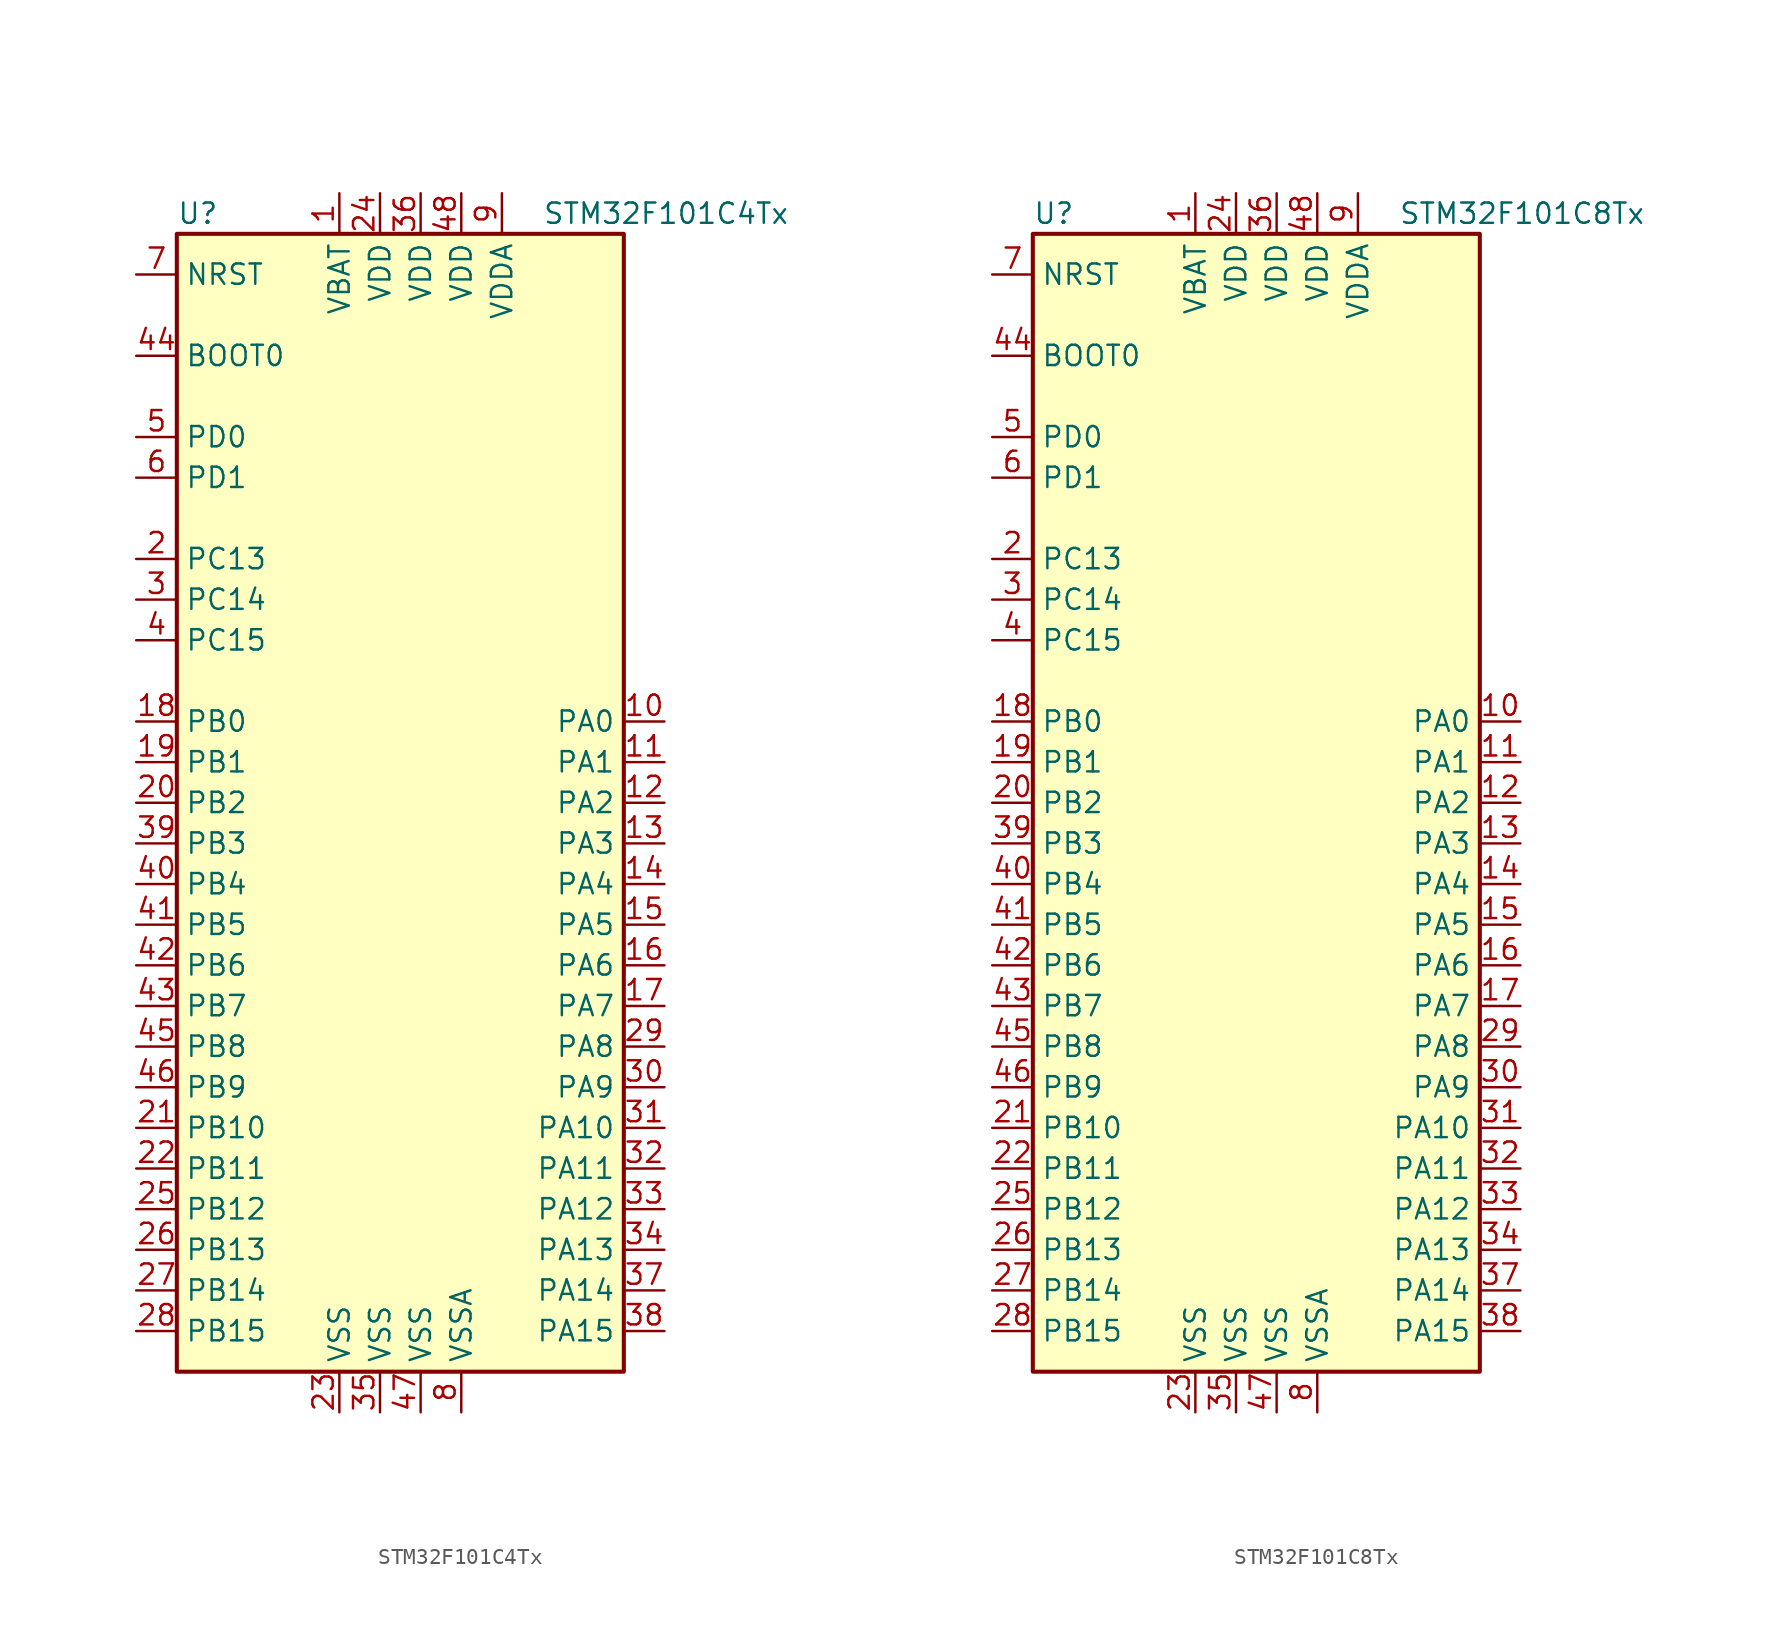
<source format=kicad_sym>
(kicad_symbol_lib
  (version 20201005)
  (generator kicad_symbol_editor)
  (symbol "STM32F101C4Tx"
    (property "Reference" "U"
      (at -15.24 36.83 0)
      (effects (font (size 1.27 1.27)) (justify left)))
    (property "Value" "STM32F101C4Tx"
      (at 7.62 36.83 0)
      (effects (font (size 1.27 1.27)) (justify left)))
    (symbol "STM32F101C4Tx_0_1"
      (rectangle (start -15.24 -35.56) (end 12.7 35.56) (stroke (width 0.254)) (fill (type background))))
    (symbol "STM32F101C4Tx_1_1"
      (pin power_in line (at -5.08 38.1 270) (length 2.54) (name "VBAT" (effects (font (size 1.27 1.27)))) (number "1" (effects (font (size 1.27 1.27)))))
      (pin bidirectional line (at 15.24 5.08 180) (length 2.54) (name "PA0" (effects (font (size 1.27 1.27)))) (number "10" (effects (font (size 1.27 1.27)))))
      (pin bidirectional line (at 15.24 2.54 180) (length 2.54) (name "PA1" (effects (font (size 1.27 1.27)))) (number "11" (effects (font (size 1.27 1.27)))))
      (pin bidirectional line (at 15.24 0 180) (length 2.54) (name "PA2" (effects (font (size 1.27 1.27)))) (number "12" (effects (font (size 1.27 1.27)))))
      (pin bidirectional line (at 15.24 -2.54 180) (length 2.54) (name "PA3" (effects (font (size 1.27 1.27)))) (number "13" (effects (font (size 1.27 1.27)))))
      (pin bidirectional line (at 15.24 -5.08 180) (length 2.54) (name "PA4" (effects (font (size 1.27 1.27)))) (number "14" (effects (font (size 1.27 1.27)))))
      (pin bidirectional line (at 15.24 -7.62 180) (length 2.54) (name "PA5" (effects (font (size 1.27 1.27)))) (number "15" (effects (font (size 1.27 1.27)))))
      (pin bidirectional line (at 15.24 -10.16 180) (length 2.54) (name "PA6" (effects (font (size 1.27 1.27)))) (number "16" (effects (font (size 1.27 1.27)))))
      (pin bidirectional line (at 15.24 -12.7 180) (length 2.54) (name "PA7" (effects (font (size 1.27 1.27)))) (number "17" (effects (font (size 1.27 1.27)))))
      (pin bidirectional line (at -17.78 5.08 0) (length 2.54) (name "PB0" (effects (font (size 1.27 1.27)))) (number "18" (effects (font (size 1.27 1.27)))))
      (pin bidirectional line (at -17.78 2.54 0) (length 2.54) (name "PB1" (effects (font (size 1.27 1.27)))) (number "19" (effects (font (size 1.27 1.27)))))
      (pin bidirectional line (at -17.78 15.24 0) (length 2.54) (name "PC13" (effects (font (size 1.27 1.27)))) (number "2" (effects (font (size 1.27 1.27)))))
      (pin bidirectional line (at -17.78 0 0) (length 2.54) (name "PB2" (effects (font (size 1.27 1.27)))) (number "20" (effects (font (size 1.27 1.27)))))
      (pin bidirectional line (at -17.78 -20.32 0) (length 2.54) (name "PB10" (effects (font (size 1.27 1.27)))) (number "21" (effects (font (size 1.27 1.27)))))
      (pin bidirectional line (at -17.78 -22.86 0) (length 2.54) (name "PB11" (effects (font (size 1.27 1.27)))) (number "22" (effects (font (size 1.27 1.27)))))
      (pin power_in line (at -5.08 -38.1 90) (length 2.54) (name "VSS" (effects (font (size 1.27 1.27)))) (number "23" (effects (font (size 1.27 1.27)))))
      (pin power_in line (at -2.54 38.1 270) (length 2.54) (name "VDD" (effects (font (size 1.27 1.27)))) (number "24" (effects (font (size 1.27 1.27)))))
      (pin bidirectional line (at -17.78 -25.4 0) (length 2.54) (name "PB12" (effects (font (size 1.27 1.27)))) (number "25" (effects (font (size 1.27 1.27)))))
      (pin bidirectional line (at -17.78 -27.94 0) (length 2.54) (name "PB13" (effects (font (size 1.27 1.27)))) (number "26" (effects (font (size 1.27 1.27)))))
      (pin bidirectional line (at -17.78 -30.48 0) (length 2.54) (name "PB14" (effects (font (size 1.27 1.27)))) (number "27" (effects (font (size 1.27 1.27)))))
      (pin bidirectional line (at -17.78 -33.02 0) (length 2.54) (name "PB15" (effects (font (size 1.27 1.27)))) (number "28" (effects (font (size 1.27 1.27)))))
      (pin bidirectional line (at 15.24 -15.24 180) (length 2.54) (name "PA8" (effects (font (size 1.27 1.27)))) (number "29" (effects (font (size 1.27 1.27)))))
      (pin bidirectional line (at -17.78 12.7 0) (length 2.54) (name "PC14" (effects (font (size 1.27 1.27)))) (number "3" (effects (font (size 1.27 1.27)))))
      (pin bidirectional line (at 15.24 -17.78 180) (length 2.54) (name "PA9" (effects (font (size 1.27 1.27)))) (number "30" (effects (font (size 1.27 1.27)))))
      (pin bidirectional line (at 15.24 -20.32 180) (length 2.54) (name "PA10" (effects (font (size 1.27 1.27)))) (number "31" (effects (font (size 1.27 1.27)))))
      (pin bidirectional line (at 15.24 -22.86 180) (length 2.54) (name "PA11" (effects (font (size 1.27 1.27)))) (number "32" (effects (font (size 1.27 1.27)))))
      (pin bidirectional line (at 15.24 -25.4 180) (length 2.54) (name "PA12" (effects (font (size 1.27 1.27)))) (number "33" (effects (font (size 1.27 1.27)))))
      (pin bidirectional line (at 15.24 -27.94 180) (length 2.54) (name "PA13" (effects (font (size 1.27 1.27)))) (number "34" (effects (font (size 1.27 1.27)))))
      (pin power_in line (at -2.54 -38.1 90) (length 2.54) (name "VSS" (effects (font (size 1.27 1.27)))) (number "35" (effects (font (size 1.27 1.27)))))
      (pin power_in line (at 0 38.1 270) (length 2.54) (name "VDD" (effects (font (size 1.27 1.27)))) (number "36" (effects (font (size 1.27 1.27)))))
      (pin bidirectional line (at 15.24 -30.48 180) (length 2.54) (name "PA14" (effects (font (size 1.27 1.27)))) (number "37" (effects (font (size 1.27 1.27)))))
      (pin bidirectional line (at 15.24 -33.02 180) (length 2.54) (name "PA15" (effects (font (size 1.27 1.27)))) (number "38" (effects (font (size 1.27 1.27)))))
      (pin bidirectional line (at -17.78 -2.54 0) (length 2.54) (name "PB3" (effects (font (size 1.27 1.27)))) (number "39" (effects (font (size 1.27 1.27)))))
      (pin bidirectional line (at -17.78 10.16 0) (length 2.54) (name "PC15" (effects (font (size 1.27 1.27)))) (number "4" (effects (font (size 1.27 1.27)))))
      (pin bidirectional line (at -17.78 -5.08 0) (length 2.54) (name "PB4" (effects (font (size 1.27 1.27)))) (number "40" (effects (font (size 1.27 1.27)))))
      (pin bidirectional line (at -17.78 -7.62 0) (length 2.54) (name "PB5" (effects (font (size 1.27 1.27)))) (number "41" (effects (font (size 1.27 1.27)))))
      (pin bidirectional line (at -17.78 -10.16 0) (length 2.54) (name "PB6" (effects (font (size 1.27 1.27)))) (number "42" (effects (font (size 1.27 1.27)))))
      (pin bidirectional line (at -17.78 -12.7 0) (length 2.54) (name "PB7" (effects (font (size 1.27 1.27)))) (number "43" (effects (font (size 1.27 1.27)))))
      (pin input line (at -17.78 27.94 0) (length 2.54) (name "BOOT0" (effects (font (size 1.27 1.27)))) (number "44" (effects (font (size 1.27 1.27)))))
      (pin bidirectional line (at -17.78 -15.24 0) (length 2.54) (name "PB8" (effects (font (size 1.27 1.27)))) (number "45" (effects (font (size 1.27 1.27)))))
      (pin bidirectional line (at -17.78 -17.78 0) (length 2.54) (name "PB9" (effects (font (size 1.27 1.27)))) (number "46" (effects (font (size 1.27 1.27)))))
      (pin power_in line (at 0 -38.1 90) (length 2.54) (name "VSS" (effects (font (size 1.27 1.27)))) (number "47" (effects (font (size 1.27 1.27)))))
      (pin power_in line (at 2.54 38.1 270) (length 2.54) (name "VDD" (effects (font (size 1.27 1.27)))) (number "48" (effects (font (size 1.27 1.27)))))
      (pin input line (at -17.78 22.86 0) (length 2.54) (name "PD0" (effects (font (size 1.27 1.27)))) (number "5" (effects (font (size 1.27 1.27)))))
      (pin input line (at -17.78 20.32 0) (length 2.54) (name "PD1" (effects (font (size 1.27 1.27)))) (number "6" (effects (font (size 1.27 1.27)))))
      (pin input line (at -17.78 33.02 0) (length 2.54) (name "NRST" (effects (font (size 1.27 1.27)))) (number "7" (effects (font (size 1.27 1.27)))))
      (pin power_in line (at 2.54 -38.1 90) (length 2.54) (name "VSSA" (effects (font (size 1.27 1.27)))) (number "8" (effects (font (size 1.27 1.27)))))
      (pin power_in line (at 5.08 38.1 270) (length 2.54) (name "VDDA" (effects (font (size 1.27 1.27)))) (number "9" (effects (font (size 1.27 1.27)))))))
  (symbol "STM32F101C8Tx"
    (property "Reference" "U"
      (at -15.24 36.83 0)
      (effects (font (size 1.27 1.27)) (justify left)))
    (property "Value" "STM32F101C8Tx"
      (at 7.62 36.83 0)
      (effects (font (size 1.27 1.27)) (justify left)))
    (symbol "STM32F101C8Tx_0_1"
      (rectangle (start -15.24 -35.56) (end 12.7 35.56) (stroke (width 0.254)) (fill (type background))))
    (symbol "STM32F101C8Tx_1_1"
      (pin power_in line (at -5.08 38.1 270) (length 2.54) (name "VBAT" (effects (font (size 1.27 1.27)))) (number "1" (effects (font (size 1.27 1.27)))))
      (pin bidirectional line (at 15.24 5.08 180) (length 2.54) (name "PA0" (effects (font (size 1.27 1.27)))) (number "10" (effects (font (size 1.27 1.27)))))
      (pin bidirectional line (at 15.24 2.54 180) (length 2.54) (name "PA1" (effects (font (size 1.27 1.27)))) (number "11" (effects (font (size 1.27 1.27)))))
      (pin bidirectional line (at 15.24 0 180) (length 2.54) (name "PA2" (effects (font (size 1.27 1.27)))) (number "12" (effects (font (size 1.27 1.27)))))
      (pin bidirectional line (at 15.24 -2.54 180) (length 2.54) (name "PA3" (effects (font (size 1.27 1.27)))) (number "13" (effects (font (size 1.27 1.27)))))
      (pin bidirectional line (at 15.24 -5.08 180) (length 2.54) (name "PA4" (effects (font (size 1.27 1.27)))) (number "14" (effects (font (size 1.27 1.27)))))
      (pin bidirectional line (at 15.24 -7.62 180) (length 2.54) (name "PA5" (effects (font (size 1.27 1.27)))) (number "15" (effects (font (size 1.27 1.27)))))
      (pin bidirectional line (at 15.24 -10.16 180) (length 2.54) (name "PA6" (effects (font (size 1.27 1.27)))) (number "16" (effects (font (size 1.27 1.27)))))
      (pin bidirectional line (at 15.24 -12.7 180) (length 2.54) (name "PA7" (effects (font (size 1.27 1.27)))) (number "17" (effects (font (size 1.27 1.27)))))
      (pin bidirectional line (at -17.78 5.08 0) (length 2.54) (name "PB0" (effects (font (size 1.27 1.27)))) (number "18" (effects (font (size 1.27 1.27)))))
      (pin bidirectional line (at -17.78 2.54 0) (length 2.54) (name "PB1" (effects (font (size 1.27 1.27)))) (number "19" (effects (font (size 1.27 1.27)))))
      (pin bidirectional line (at -17.78 15.24 0) (length 2.54) (name "PC13" (effects (font (size 1.27 1.27)))) (number "2" (effects (font (size 1.27 1.27)))))
      (pin bidirectional line (at -17.78 0 0) (length 2.54) (name "PB2" (effects (font (size 1.27 1.27)))) (number "20" (effects (font (size 1.27 1.27)))))
      (pin bidirectional line (at -17.78 -20.32 0) (length 2.54) (name "PB10" (effects (font (size 1.27 1.27)))) (number "21" (effects (font (size 1.27 1.27)))))
      (pin bidirectional line (at -17.78 -22.86 0) (length 2.54) (name "PB11" (effects (font (size 1.27 1.27)))) (number "22" (effects (font (size 1.27 1.27)))))
      (pin power_in line (at -5.08 -38.1 90) (length 2.54) (name "VSS" (effects (font (size 1.27 1.27)))) (number "23" (effects (font (size 1.27 1.27)))))
      (pin power_in line (at -2.54 38.1 270) (length 2.54) (name "VDD" (effects (font (size 1.27 1.27)))) (number "24" (effects (font (size 1.27 1.27)))))
      (pin bidirectional line (at -17.78 -25.4 0) (length 2.54) (name "PB12" (effects (font (size 1.27 1.27)))) (number "25" (effects (font (size 1.27 1.27)))))
      (pin bidirectional line (at -17.78 -27.94 0) (length 2.54) (name "PB13" (effects (font (size 1.27 1.27)))) (number "26" (effects (font (size 1.27 1.27)))))
      (pin bidirectional line (at -17.78 -30.48 0) (length 2.54) (name "PB14" (effects (font (size 1.27 1.27)))) (number "27" (effects (font (size 1.27 1.27)))))
      (pin bidirectional line (at -17.78 -33.02 0) (length 2.54) (name "PB15" (effects (font (size 1.27 1.27)))) (number "28" (effects (font (size 1.27 1.27)))))
      (pin bidirectional line (at 15.24 -15.24 180) (length 2.54) (name "PA8" (effects (font (size 1.27 1.27)))) (number "29" (effects (font (size 1.27 1.27)))))
      (pin bidirectional line (at -17.78 12.7 0) (length 2.54) (name "PC14" (effects (font (size 1.27 1.27)))) (number "3" (effects (font (size 1.27 1.27)))))
      (pin bidirectional line (at 15.24 -17.78 180) (length 2.54) (name "PA9" (effects (font (size 1.27 1.27)))) (number "30" (effects (font (size 1.27 1.27)))))
      (pin bidirectional line (at 15.24 -20.32 180) (length 2.54) (name "PA10" (effects (font (size 1.27 1.27)))) (number "31" (effects (font (size 1.27 1.27)))))
      (pin bidirectional line (at 15.24 -22.86 180) (length 2.54) (name "PA11" (effects (font (size 1.27 1.27)))) (number "32" (effects (font (size 1.27 1.27)))))
      (pin bidirectional line (at 15.24 -25.4 180) (length 2.54) (name "PA12" (effects (font (size 1.27 1.27)))) (number "33" (effects (font (size 1.27 1.27)))))
      (pin bidirectional line (at 15.24 -27.94 180) (length 2.54) (name "PA13" (effects (font (size 1.27 1.27)))) (number "34" (effects (font (size 1.27 1.27)))))
      (pin power_in line (at -2.54 -38.1 90) (length 2.54) (name "VSS" (effects (font (size 1.27 1.27)))) (number "35" (effects (font (size 1.27 1.27)))))
      (pin power_in line (at 0 38.1 270) (length 2.54) (name "VDD" (effects (font (size 1.27 1.27)))) (number "36" (effects (font (size 1.27 1.27)))))
      (pin bidirectional line (at 15.24 -30.48 180) (length 2.54) (name "PA14" (effects (font (size 1.27 1.27)))) (number "37" (effects (font (size 1.27 1.27)))))
      (pin bidirectional line (at 15.24 -33.02 180) (length 2.54) (name "PA15" (effects (font (size 1.27 1.27)))) (number "38" (effects (font (size 1.27 1.27)))))
      (pin bidirectional line (at -17.78 -2.54 0) (length 2.54) (name "PB3" (effects (font (size 1.27 1.27)))) (number "39" (effects (font (size 1.27 1.27)))))
      (pin bidirectional line (at -17.78 10.16 0) (length 2.54) (name "PC15" (effects (font (size 1.27 1.27)))) (number "4" (effects (font (size 1.27 1.27)))))
      (pin bidirectional line (at -17.78 -5.08 0) (length 2.54) (name "PB4" (effects (font (size 1.27 1.27)))) (number "40" (effects (font (size 1.27 1.27)))))
      (pin bidirectional line (at -17.78 -7.62 0) (length 2.54) (name "PB5" (effects (font (size 1.27 1.27)))) (number "41" (effects (font (size 1.27 1.27)))))
      (pin bidirectional line (at -17.78 -10.16 0) (length 2.54) (name "PB6" (effects (font (size 1.27 1.27)))) (number "42" (effects (font (size 1.27 1.27)))))
      (pin bidirectional line (at -17.78 -12.7 0) (length 2.54) (name "PB7" (effects (font (size 1.27 1.27)))) (number "43" (effects (font (size 1.27 1.27)))))
      (pin input line (at -17.78 27.94 0) (length 2.54) (name "BOOT0" (effects (font (size 1.27 1.27)))) (number "44" (effects (font (size 1.27 1.27)))))
      (pin bidirectional line (at -17.78 -15.24 0) (length 2.54) (name "PB8" (effects (font (size 1.27 1.27)))) (number "45" (effects (font (size 1.27 1.27)))))
      (pin bidirectional line (at -17.78 -17.78 0) (length 2.54) (name "PB9" (effects (font (size 1.27 1.27)))) (number "46" (effects (font (size 1.27 1.27)))))
      (pin power_in line (at 0 -38.1 90) (length 2.54) (name "VSS" (effects (font (size 1.27 1.27)))) (number "47" (effects (font (size 1.27 1.27)))))
      (pin power_in line (at 2.54 38.1 270) (length 2.54) (name "VDD" (effects (font (size 1.27 1.27)))) (number "48" (effects (font (size 1.27 1.27)))))
      (pin input line (at -17.78 22.86 0) (length 2.54) (name "PD0" (effects (font (size 1.27 1.27)))) (number "5" (effects (font (size 1.27 1.27)))))
      (pin input line (at -17.78 20.32 0) (length 2.54) (name "PD1" (effects (font (size 1.27 1.27)))) (number "6" (effects (font (size 1.27 1.27)))))
      (pin input line (at -17.78 33.02 0) (length 2.54) (name "NRST" (effects (font (size 1.27 1.27)))) (number "7" (effects (font (size 1.27 1.27)))))
      (pin power_in line (at 2.54 -38.1 90) (length 2.54) (name "VSSA" (effects (font (size 1.27 1.27)))) (number "8" (effects (font (size 1.27 1.27)))))
      (pin power_in line (at 5.08 38.1 270) (length 2.54) (name "VDDA" (effects (font (size 1.27 1.27)))) (number "9" (effects (font (size 1.27 1.27))))))))
</source>
